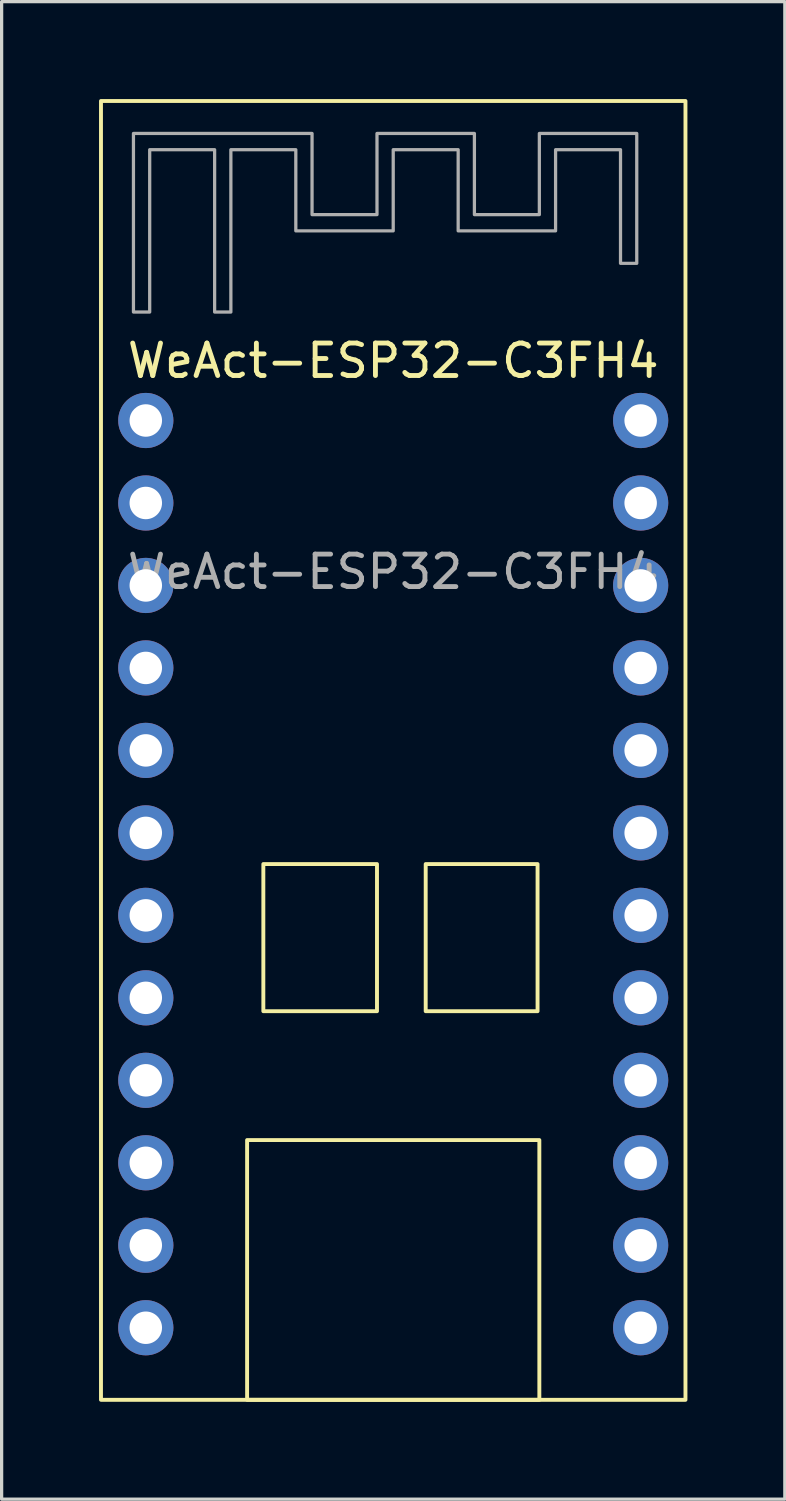
<source format=kicad_pcb>
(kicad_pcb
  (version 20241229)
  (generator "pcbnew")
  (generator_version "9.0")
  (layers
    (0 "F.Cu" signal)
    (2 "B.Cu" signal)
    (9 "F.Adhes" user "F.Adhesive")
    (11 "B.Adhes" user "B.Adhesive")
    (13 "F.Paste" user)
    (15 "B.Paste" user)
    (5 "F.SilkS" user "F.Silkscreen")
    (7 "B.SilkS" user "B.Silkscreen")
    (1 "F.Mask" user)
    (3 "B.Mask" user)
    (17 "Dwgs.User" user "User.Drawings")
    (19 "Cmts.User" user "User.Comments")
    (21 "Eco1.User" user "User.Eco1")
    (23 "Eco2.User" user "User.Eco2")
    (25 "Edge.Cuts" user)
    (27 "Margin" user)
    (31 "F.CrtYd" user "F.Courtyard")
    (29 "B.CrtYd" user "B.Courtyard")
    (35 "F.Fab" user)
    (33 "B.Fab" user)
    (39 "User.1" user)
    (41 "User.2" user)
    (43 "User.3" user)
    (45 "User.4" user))
  (footprint "WeAct-ESP32-C3FH4"
    (layer "F.Cu")
    (at 9.06 20.06)
    (property "Reference" "WeAct-ESP32-C3FH4" (at 0 -12 0) (unlocked yes) (layer "F.SilkS") (effects (font (size 1 1) (thickness 0.15))))
    (attr through_hole)
    (fp_rect (start -9 -20) (end 9 20) (stroke (width 0.12) (type solid)) (fill no) (layer "F.SilkS"))
    (fp_rect (start -4.5 12) (end 4.5 20) (stroke (width 0.12) (type solid)) (fill no) (layer "F.SilkS"))
    (fp_rect (start -4 3.5) (end -0.5 8.032) (stroke (width 0.12) (type solid)) (fill no) (layer "F.SilkS"))
    (fp_rect (start 1 3.5) (end 4.445 8.032) (stroke (width 0.12) (type solid)) (fill no) (layer "F.SilkS"))
    (fp_poly (pts (xy 4.5 -16.5) (xy 2.5 -16.5) (xy 2.5 -19) (xy -0.5 -19) (xy -0.5 -16.5) (xy -2.5 -16.5) (xy -2.5 -19) (xy -8 -19) (xy -8 -13.5) (xy -7.5 -13.5) (xy -7.5 -18.5) (xy -5.5 -18.5) (xy -5.5 -13.5) (xy -5 -13.5) (xy -5 -18.5) (xy -3 -18.5) (xy -3 -16) (xy 0 -16) (xy 0 -18.5) (xy 2 -18.5) (xy 2 -16) (xy 5 -16) (xy 5 -18.5) (xy 7 -18.5) (xy 7 -15) (xy 7.5 -15) (xy 7.5 -19) (xy 4.5 -19)) (stroke (width 0.1) (type solid)) (fill no) (layer "F.Fab"))
    (fp_text user "${REFERENCE}" (at 0 -5.5 0) (unlocked yes) (layer "F.Fab") (effects (font (size 1 1) (thickness 0.15))))
    (pad "1" thru_hole circle (at -7.62 -10.16) (size 1.7 1.7) (drill 1) (layers "*.Cu" "*.Mask"))
    (pad "2" thru_hole circle (at -7.62 -7.62) (size 1.7 1.7) (drill 1) (layers "*.Cu" "*.Mask"))
    (pad "3" thru_hole circle (at -7.62 -5.08) (size 1.7 1.7) (drill 1) (layers "*.Cu" "*.Mask"))
    (pad "4" thru_hole circle (at -7.62 -2.54) (size 1.7 1.7) (drill 1) (layers "*.Cu" "*.Mask"))
    (pad "5" thru_hole circle (at -7.62 0) (size 1.7 1.7) (drill 1) (layers "*.Cu" "*.Mask"))
    (pad "6" thru_hole circle (at -7.62 2.54) (size 1.7 1.7) (drill 1) (layers "*.Cu" "*.Mask"))
    (pad "7" thru_hole circle (at -7.62 5.08) (size 1.7 1.7) (drill 1) (layers "*.Cu" "*.Mask"))
    (pad "8" thru_hole circle (at -7.62 7.62) (size 1.7 1.7) (drill 1) (layers "*.Cu" "*.Mask"))
    (pad "9" thru_hole circle (at -7.62 10.16) (size 1.7 1.7) (drill 1) (layers "*.Cu" "*.Mask"))
    (pad "10" thru_hole circle (at -7.62 12.7) (size 1.7 1.7) (drill 1) (layers "*.Cu" "*.Mask"))
    (pad "11" thru_hole circle (at -7.62 15.24) (size 1.7 1.7) (drill 1) (layers "*.Cu" "*.Mask"))
    (pad "12" thru_hole circle (at -7.62 17.78) (size 1.7 1.7) (drill 1) (layers "*.Cu" "*.Mask"))
    (pad "13" thru_hole circle (at 7.62 17.78) (size 1.7 1.7) (drill 1) (layers "*.Cu" "*.Mask"))
    (pad "14" thru_hole circle (at 7.62 15.24) (size 1.7 1.7) (drill 1) (layers "*.Cu" "*.Mask"))
    (pad "15" thru_hole circle (at 7.62 12.7) (size 1.7 1.7) (drill 1) (layers "*.Cu" "*.Mask"))
    (pad "16" thru_hole circle (at 7.62 10.16) (size 1.7 1.7) (drill 1) (layers "*.Cu" "*.Mask"))
    (pad "17" thru_hole circle (at 7.62 7.62) (size 1.7 1.7) (drill 1) (layers "*.Cu" "*.Mask"))
    (pad "18" thru_hole circle (at 7.62 5.08) (size 1.7 1.7) (drill 1) (layers "*.Cu" "*.Mask"))
    (pad "19" thru_hole circle (at 7.62 2.54) (size 1.7 1.7) (drill 1) (layers "*.Cu" "*.Mask"))
    (pad "20" thru_hole circle (at 7.62 0) (size 1.7 1.7) (drill 1) (layers "*.Cu" "*.Mask"))
    (pad "21" thru_hole circle (at 7.62 -2.54) (size 1.7 1.7) (drill 1) (layers "*.Cu" "*.Mask"))
    (pad "22" thru_hole circle (at 7.62 -5.08) (size 1.7 1.7) (drill 1) (layers "*.Cu" "*.Mask"))
    (pad "23" thru_hole circle (at 7.62 -7.62) (size 1.7 1.7) (drill 1) (layers "*.Cu" "*.Mask"))
    (pad "24" thru_hole circle (at 7.62 -10.16) (size 1.7 1.7) (drill 1) (layers "*.Cu" "*.Mask")))
  (gr_rect
    (start -3 -3)
    (end 21.12 43.12)
    (stroke (width 0.1) (type default))
    (fill no)
    (layer "Edge.Cuts")))
</source>
